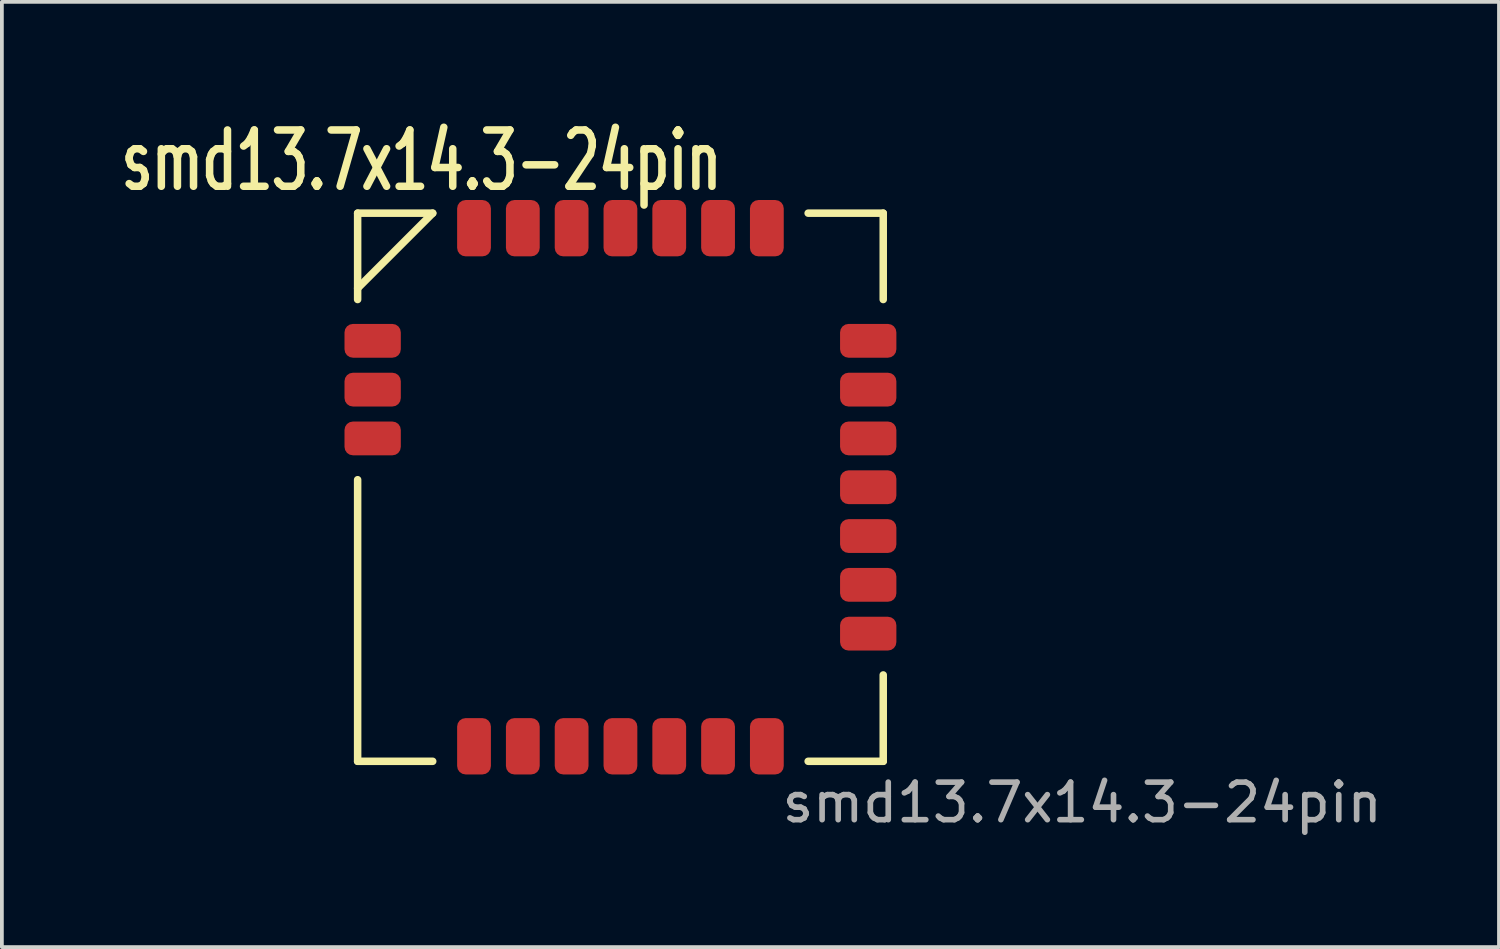
<source format=kicad_pcb>
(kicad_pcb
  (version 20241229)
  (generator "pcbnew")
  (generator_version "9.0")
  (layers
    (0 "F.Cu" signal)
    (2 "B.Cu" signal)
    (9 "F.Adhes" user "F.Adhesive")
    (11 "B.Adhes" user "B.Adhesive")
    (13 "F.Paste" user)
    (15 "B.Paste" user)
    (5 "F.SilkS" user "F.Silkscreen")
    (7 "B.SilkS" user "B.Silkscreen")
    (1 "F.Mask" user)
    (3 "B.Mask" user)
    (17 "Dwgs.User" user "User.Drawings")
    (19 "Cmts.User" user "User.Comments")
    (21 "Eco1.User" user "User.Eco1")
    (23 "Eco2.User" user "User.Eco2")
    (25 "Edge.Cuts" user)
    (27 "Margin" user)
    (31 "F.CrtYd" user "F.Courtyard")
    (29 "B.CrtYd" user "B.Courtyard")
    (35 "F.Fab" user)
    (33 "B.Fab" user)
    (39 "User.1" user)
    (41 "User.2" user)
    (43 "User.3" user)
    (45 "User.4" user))
  (footprint "smd13.7x14.3-24pin"
    (layer "F.Cu")
    (at 13.476 9.928)
    (property "Reference" "smd13.7x14.3-24pin" (at -5.3 -8.7 0) (layer "F.SilkS") (effects (font (size 1.5 1) (thickness 0.2))))
    (attr through_hole)
    (fp_line (start -7 -7.3) (end -5 -7.3) (stroke (width 0.2) (type solid)) (layer "F.SilkS"))
    (fp_line (start -7 -5) (end -7 -7.3) (stroke (width 0.2) (type solid)) (layer "F.SilkS"))
    (fp_line (start -7 -0.2) (end -7 7.3) (stroke (width 0.2) (type solid)) (layer "F.SilkS"))
    (fp_line (start -7 7.3) (end -5 7.3) (stroke (width 0.2) (type solid)) (layer "F.SilkS"))
    (fp_line (start -5 -7.3) (end -7 -5.3) (stroke (width 0.2) (type solid)) (layer "F.SilkS"))
    (fp_line (start 5 -7.3) (end 7 -7.3) (stroke (width 0.2) (type solid)) (layer "F.SilkS"))
    (fp_line (start 5 7.3) (end 7 7.3) (stroke (width 0.2) (type solid)) (layer "F.SilkS"))
    (fp_line (start 7 -7.3) (end 7 -5) (stroke (width 0.2) (type solid)) (layer "F.SilkS"))
    (fp_line (start 7 7.3) (end 7 5) (stroke (width 0.2) (type solid)) (layer "F.SilkS"))
    (fp_text user "smd13.7x14.3-24pin" (at 12.3 8.4 180) (layer "F.Fab") (effects (font (size 1 1) (thickness 0.15))))
    (pad "1" smd roundrect (at -6.6 -3.9) (size 1.5 0.9) (layers "F.Cu" "F.Mask" "F.Paste") (roundrect_rratio 0.25))
    (pad "2" smd roundrect (at -6.6 -2.6) (size 1.5 0.9) (layers "F.Cu" "F.Mask" "F.Paste") (roundrect_rratio 0.25))
    (pad "3" smd roundrect (at -6.6 -1.3) (size 1.5 0.9) (layers "F.Cu" "F.Mask" "F.Paste") (roundrect_rratio 0.25))
    (pad "4" smd roundrect (at -3.9 6.9 90) (size 1.5 0.9) (layers "F.Cu" "F.Mask" "F.Paste") (roundrect_rratio 0.25))
    (pad "5" smd roundrect (at -2.6 6.9 90) (size 1.5 0.9) (layers "F.Cu" "F.Mask" "F.Paste") (roundrect_rratio 0.25))
    (pad "6" smd roundrect (at -1.3 6.9 90) (size 1.5 0.9) (layers "F.Cu" "F.Mask" "F.Paste") (roundrect_rratio 0.25))
    (pad "7" smd roundrect (at 0 6.9 90) (size 1.5 0.9) (layers "F.Cu" "F.Mask" "F.Paste") (roundrect_rratio 0.25))
    (pad "8" smd roundrect (at 1.3 6.9 90) (size 1.5 0.9) (layers "F.Cu" "F.Mask" "F.Paste") (roundrect_rratio 0.25))
    (pad "9" smd roundrect (at 2.6 6.9 90) (size 1.5 0.9) (layers "F.Cu" "F.Mask" "F.Paste") (roundrect_rratio 0.25))
    (pad "10" smd roundrect (at 3.9 6.9 90) (size 1.5 0.9) (layers "F.Cu" "F.Mask" "F.Paste") (roundrect_rratio 0.25))
    (pad "11" smd roundrect (at 6.6 3.9) (size 1.5 0.9) (layers "F.Cu" "F.Mask" "F.Paste") (roundrect_rratio 0.25))
    (pad "12" smd roundrect (at 6.6 2.6) (size 1.5 0.9) (layers "F.Cu" "F.Mask" "F.Paste") (roundrect_rratio 0.25))
    (pad "13" smd roundrect (at 6.6 1.3) (size 1.5 0.9) (layers "F.Cu" "F.Mask" "F.Paste") (roundrect_rratio 0.25))
    (pad "14" smd roundrect (at 6.6 0) (size 1.5 0.9) (layers "F.Cu" "F.Mask" "F.Paste") (roundrect_rratio 0.25))
    (pad "15" smd roundrect (at 6.6 -1.3) (size 1.5 0.9) (layers "F.Cu" "F.Mask" "F.Paste") (roundrect_rratio 0.25))
    (pad "16" smd roundrect (at 6.6 -2.6) (size 1.5 0.9) (layers "F.Cu" "F.Mask" "F.Paste") (roundrect_rratio 0.25))
    (pad "17" smd roundrect (at 6.6 -3.9) (size 1.5 0.9) (layers "F.Cu" "F.Mask" "F.Paste") (roundrect_rratio 0.25))
    (pad "18" smd roundrect (at 3.9 -6.9 90) (size 1.5 0.9) (layers "F.Cu" "F.Mask" "F.Paste") (roundrect_rratio 0.25))
    (pad "19" smd roundrect (at 2.6 -6.9 90) (size 1.5 0.9) (layers "F.Cu" "F.Mask" "F.Paste") (roundrect_rratio 0.25))
    (pad "20" smd roundrect (at 1.3 -6.9 90) (size 1.5 0.9) (layers "F.Cu" "F.Mask" "F.Paste") (roundrect_rratio 0.25))
    (pad "21" smd roundrect (at 0 -6.9 90) (size 1.5 0.9) (layers "F.Cu" "F.Mask" "F.Paste") (roundrect_rratio 0.25))
    (pad "22" smd roundrect (at -1.3 -6.9 90) (size 1.5 0.9) (layers "F.Cu" "F.Mask" "F.Paste") (roundrect_rratio 0.25))
    (pad "23" smd roundrect (at -2.6 -6.9 90) (size 1.5 0.9) (layers "F.Cu" "F.Mask" "F.Paste") (roundrect_rratio 0.25))
    (pad "24" smd roundrect (at -3.9 -6.9 90) (size 1.5 0.9) (layers "F.Cu" "F.Mask" "F.Paste") (roundrect_rratio 0.25)))
  (gr_rect
    (start -3 -3)
    (end 36.877 22.177)
    (stroke (width 0.1) (type default))
    (fill no)
    (layer "Edge.Cuts")))
</source>
